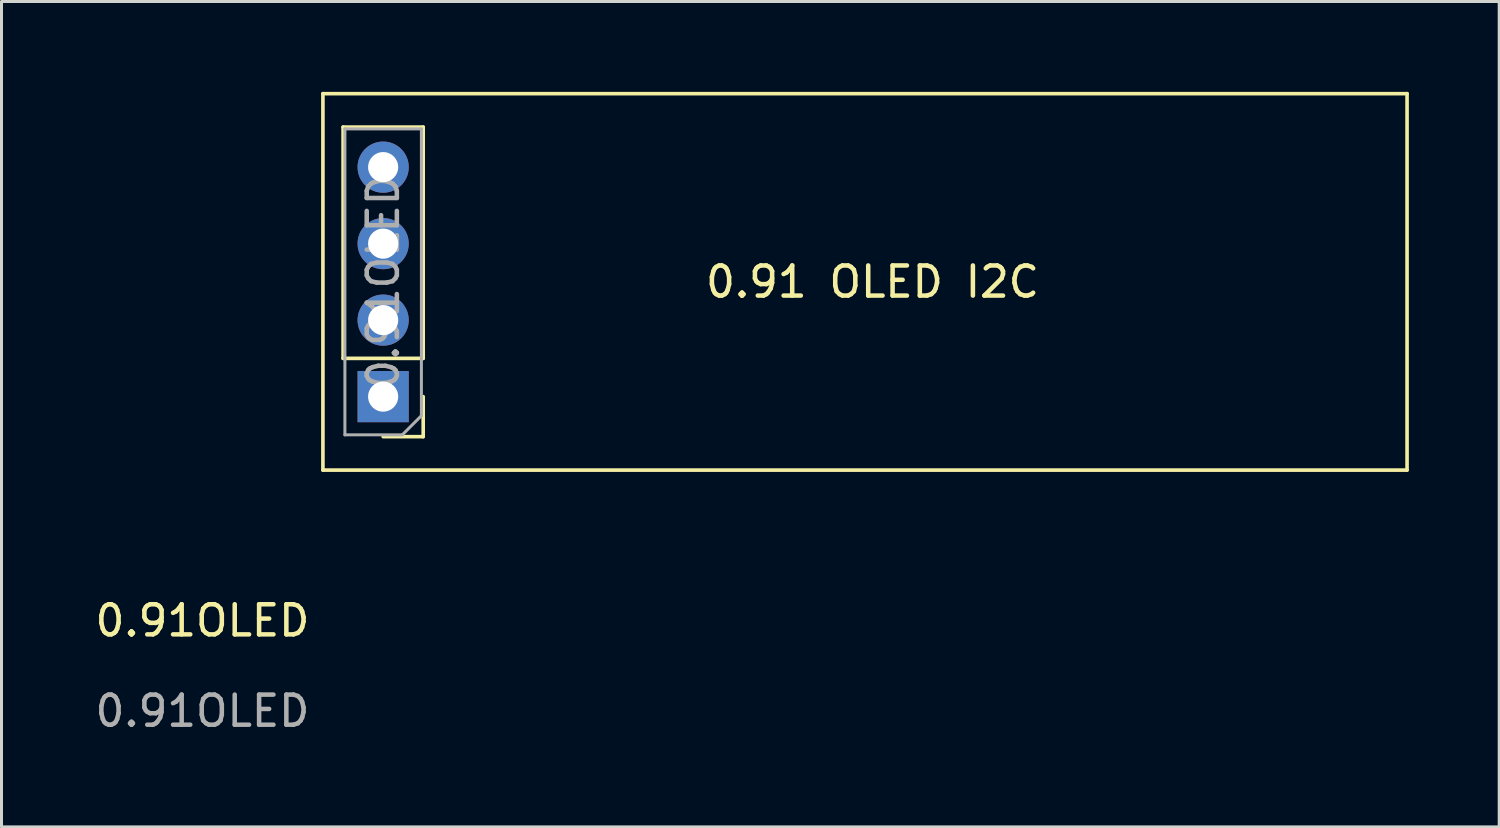
<source format=kicad_pcb>
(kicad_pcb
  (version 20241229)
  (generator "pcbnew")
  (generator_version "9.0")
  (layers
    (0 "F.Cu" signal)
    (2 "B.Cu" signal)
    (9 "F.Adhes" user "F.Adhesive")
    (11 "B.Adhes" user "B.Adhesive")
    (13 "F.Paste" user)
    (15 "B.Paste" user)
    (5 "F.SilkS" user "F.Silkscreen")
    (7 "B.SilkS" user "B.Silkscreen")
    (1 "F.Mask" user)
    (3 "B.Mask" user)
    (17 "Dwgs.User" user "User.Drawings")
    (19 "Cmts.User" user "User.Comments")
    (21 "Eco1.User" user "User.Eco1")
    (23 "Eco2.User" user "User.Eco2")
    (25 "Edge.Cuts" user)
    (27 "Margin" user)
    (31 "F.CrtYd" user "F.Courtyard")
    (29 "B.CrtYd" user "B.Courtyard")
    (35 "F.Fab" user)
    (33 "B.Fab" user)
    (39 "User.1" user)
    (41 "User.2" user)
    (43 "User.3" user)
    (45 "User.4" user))
  (footprint "0.91OLED"
    (layer "F.Cu")
    (at 3.673 18.06)
    (property "Reference" "0.91OLED" (at 0 -0.5 0) (unlocked yes) (layer "F.SilkS") (effects (font (size 1 1) (thickness 0.15))))
    (attr through_hole)
    (fp_line (start 4 -18) (end 4 -5.5) (stroke (width 0.12) (type solid)) (layer "F.SilkS"))
    (fp_line (start 4 -18) (end 40 -18) (stroke (width 0.12) (type solid)) (layer "F.SilkS"))
    (fp_line (start 4 -5.5) (end 40 -5.5) (stroke (width 0.12) (type solid)) (layer "F.SilkS"))
    (fp_line (start 4.67 -9.21) (end 4.67 -16.89) (stroke (width 0.12) (type solid)) (layer "F.SilkS"))
    (fp_line (start 7.33 -16.89) (end 4.67 -16.89) (stroke (width 0.12) (type solid)) (layer "F.SilkS"))
    (fp_line (start 7.33 -9.21) (end 4.67 -9.21) (stroke (width 0.12) (type solid)) (layer "F.SilkS"))
    (fp_line (start 7.33 -9.21) (end 7.33 -16.89) (stroke (width 0.12) (type solid)) (layer "F.SilkS"))
    (fp_line (start 7.33 -7.94) (end 7.33 -6.61) (stroke (width 0.12) (type solid)) (layer "F.SilkS"))
    (fp_line (start 7.33 -6.61) (end 6 -6.61) (stroke (width 0.12) (type solid)) (layer "F.SilkS"))
    (fp_line (start 40 -18) (end 40 -5.5) (stroke (width 0.12) (type solid)) (layer "F.SilkS"))
    (fp_line (start 4.73 -16.83) (end 7.27 -16.83) (stroke (width 0.1) (type solid)) (layer "F.Fab"))
    (fp_line (start 4.73 -6.67) (end 4.73 -16.83) (stroke (width 0.1) (type solid)) (layer "F.Fab"))
    (fp_line (start 6.635 -6.67) (end 4.73 -6.67) (stroke (width 0.1) (type solid)) (layer "F.Fab"))
    (fp_line (start 7.27 -16.83) (end 7.27 -7.305) (stroke (width 0.1) (type solid)) (layer "F.Fab"))
    (fp_line (start 7.27 -7.305) (end 6.635 -6.67) (stroke (width 0.1) (type solid)) (layer "F.Fab"))
    (fp_text user "0.91 OLED I2C" (at 22.25 -11.75 0) (unlocked yes) (layer "F.SilkS") (effects (font (size 1 1) (thickness 0.15))))
    (fp_text user "${REFERENCE}" (at 0 2.5 0) (unlocked yes) (layer "F.Fab") (effects (font (size 1 1) (thickness 0.15))))
    (fp_text user "${REFERENCE}" (at 6 -11.75 270) (layer "F.Fab") (effects (font (size 1 1) (thickness 0.15))))
    (pad "1" thru_hole rect (at 6 -7.94 180) (size 1.7 1.7) (drill 1) (layers "*.Cu" "*.Mask"))
    (pad "2" thru_hole oval (at 6 -10.48 270) (size 1.7 1.7) (drill 1) (layers "*.Cu" "*.Mask"))
    (pad "3" thru_hole oval (at 6 -13.02 180) (size 1.7 1.7) (drill 1) (layers "*.Cu" "*.Mask"))
    (pad "4" thru_hole oval (at 6 -15.56 180) (size 1.7 1.7) (drill 1) (layers "*.Cu" "*.Mask")))
  (gr_rect
    (start -3 -3)
    (end 46.733 24.408)
    (stroke (width 0.1) (type default))
    (fill no)
    (layer "Edge.Cuts")))
</source>
